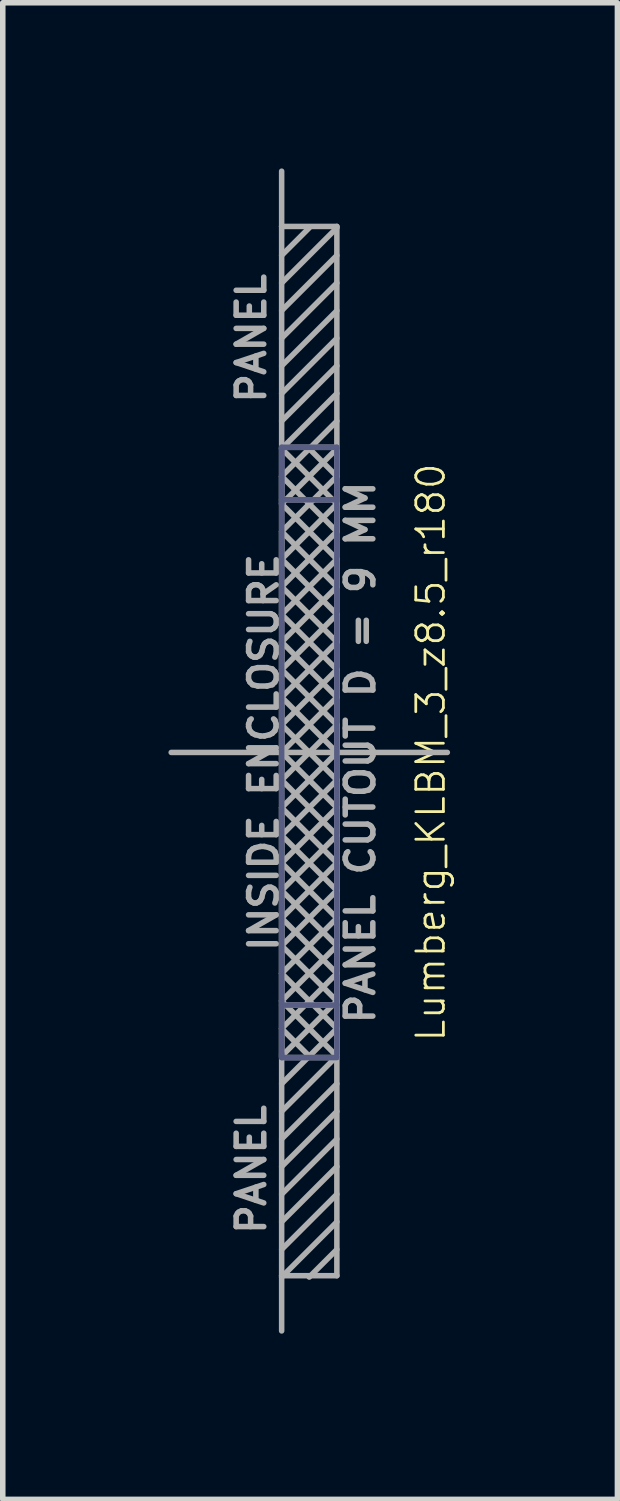
<source format=kicad_pcb>
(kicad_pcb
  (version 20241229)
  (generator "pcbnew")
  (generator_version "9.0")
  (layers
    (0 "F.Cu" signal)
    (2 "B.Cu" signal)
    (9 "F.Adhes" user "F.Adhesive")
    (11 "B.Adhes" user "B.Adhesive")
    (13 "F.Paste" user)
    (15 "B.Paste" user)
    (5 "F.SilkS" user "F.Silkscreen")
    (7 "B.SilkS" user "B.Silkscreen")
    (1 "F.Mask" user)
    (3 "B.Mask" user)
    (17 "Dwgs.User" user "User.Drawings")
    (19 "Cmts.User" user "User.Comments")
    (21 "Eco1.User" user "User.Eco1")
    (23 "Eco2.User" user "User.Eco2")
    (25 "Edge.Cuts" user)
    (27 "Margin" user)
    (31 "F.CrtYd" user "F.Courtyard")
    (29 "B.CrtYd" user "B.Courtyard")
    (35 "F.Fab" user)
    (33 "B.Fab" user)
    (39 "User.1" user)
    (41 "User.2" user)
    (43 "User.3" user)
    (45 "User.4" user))
  (footprint "Lumberg_KLBM_3_z8.5_r180"
    (layer "F.Cu")
    (at 2.05 10.575)
    (property "Reference" "Lumberg_KLBM_3_z8.5_r180" (at 2.7 0 90) (layer "F.SilkS") (effects (font (size 0.5 0.5) (thickness 0.05))))
    (attr through_hole)
    (fp_line (start 0 -5.525) (end 0 -5.5) (stroke (width 0.1) (type solid)) (layer "B.Fab"))
    (fp_line (start 0 -5.5) (end 0 -4.5) (stroke (width 0.1) (type solid)) (layer "B.Fab"))
    (fp_line (start 0 -4.575) (end 1 -4.575) (stroke (width 0.1) (type solid)) (layer "B.Fab"))
    (fp_line (start 0 4.5) (end 0 -5.5) (stroke (width 0.1) (type solid)) (layer "B.Fab"))
    (fp_line (start 0 4.575) (end 1 4.575) (stroke (width 0.1) (type solid)) (layer "B.Fab"))
    (fp_line (start 0 5.5) (end 0 4.5) (stroke (width 0.1) (type solid)) (layer "B.Fab"))
    (fp_line (start 0 5.525) (end 0 5.45) (stroke (width 0.1) (type solid)) (layer "B.Fab"))
    (fp_line (start 1 -5.525) (end 0 -5.525) (stroke (width 0.1) (type solid)) (layer "B.Fab"))
    (fp_line (start 1 -5.5) (end 1 -5.525) (stroke (width 0.1) (type solid)) (layer "B.Fab"))
    (fp_line (start 1 -5.5) (end 1 5.5) (stroke (width 0.1) (type solid)) (layer "B.Fab"))
    (fp_line (start 1 5.525) (end 0 5.525) (stroke (width 0.1) (type solid)) (layer "B.Fab"))
    (fp_line (start -2 0) (end 3 0) (stroke (width 0.1) (type solid)) (layer "F.Fab"))
    (fp_line (start 0 -9.525) (end 0 -10.525) (stroke (width 0.1) (type solid)) (layer "F.Fab"))
    (fp_line (start 0 -9.525) (end 1 -9.525) (stroke (width 0.1) (type solid)) (layer "F.Fab"))
    (fp_line (start 0 -9) (end 0.5 -9.5) (stroke (width 0.1) (type solid)) (layer "F.Fab"))
    (fp_line (start 0 -6.5) (end 1 -7.5) (stroke (width 0.1) (type solid)) (layer "F.Fab"))
    (fp_line (start 0 -5.525) (end 1 -5.525) (stroke (width 0.1) (type solid)) (layer "F.Fab"))
    (fp_line (start 0 -5.5) (end 1 -6.5) (stroke (width 0.1) (type solid)) (layer "F.Fab"))
    (fp_line (start 0 -5.5) (end 1 -4.5) (stroke (width 0.1) (type solid)) (layer "F.Fab"))
    (fp_line (start 0 -5) (end 0.5 -5.5) (stroke (width 0.1) (type solid)) (layer "F.Fab"))
    (fp_line (start 0 -5) (end 1 -4) (stroke (width 0.1) (type solid)) (layer "F.Fab"))
    (fp_line (start 0 -4.575) (end 1 -4.575) (stroke (width 0.1) (type solid)) (layer "F.Fab"))
    (fp_line (start 0 -4.5) (end 0 -5) (stroke (width 0.1) (type solid)) (layer "F.Fab"))
    (fp_line (start 0 -4.5) (end 1 -3.5) (stroke (width 0.1) (type solid)) (layer "F.Fab"))
    (fp_line (start 0 -4) (end 1 -5) (stroke (width 0.1) (type solid)) (layer "F.Fab"))
    (fp_line (start 0 -4) (end 1 -3) (stroke (width 0.1) (type solid)) (layer "F.Fab"))
    (fp_line (start 0 -3.5) (end 0 -4) (stroke (width 0.1) (type solid)) (layer "F.Fab"))
    (fp_line (start 0 -3.5) (end 1 -2.5) (stroke (width 0.1) (type solid)) (layer "F.Fab"))
    (fp_line (start 0 -3) (end 1 -4) (stroke (width 0.1) (type solid)) (layer "F.Fab"))
    (fp_line (start 0 -3) (end 1 -2) (stroke (width 0.1) (type solid)) (layer "F.Fab"))
    (fp_line (start 0 -2.5) (end 0 -3) (stroke (width 0.1) (type solid)) (layer "F.Fab"))
    (fp_line (start 0 -2) (end 1 -3) (stroke (width 0.1) (type solid)) (layer "F.Fab"))
    (fp_line (start 0 -2) (end 1 -1) (stroke (width 0.1) (type solid)) (layer "F.Fab"))
    (fp_line (start 0 -1.5) (end 0 -2) (stroke (width 0.1) (type solid)) (layer "F.Fab"))
    (fp_line (start 0 -1.5) (end 1 -0.5) (stroke (width 0.1) (type solid)) (layer "F.Fab"))
    (fp_line (start 0 -1) (end 1 -2) (stroke (width 0.1) (type solid)) (layer "F.Fab"))
    (fp_line (start 0 -0.5) (end 0 -1) (stroke (width 0.1) (type solid)) (layer "F.Fab"))
    (fp_line (start 0 -0.5) (end 0 0) (stroke (width 0.1) (type solid)) (layer "F.Fab"))
    (fp_line (start 0 0) (end 1 -1) (stroke (width 0.1) (type solid)) (layer "F.Fab"))
    (fp_line (start 0 0) (end 1 1) (stroke (width 0.1) (type solid)) (layer "F.Fab"))
    (fp_line (start 0 0.5) (end 0 0) (stroke (width 0.1) (type solid)) (layer "F.Fab"))
    (fp_line (start 0 1) (end 1 0) (stroke (width 0.1) (type solid)) (layer "F.Fab"))
    (fp_line (start 0 1) (end 1 2) (stroke (width 0.1) (type solid)) (layer "F.Fab"))
    (fp_line (start 0 1.5) (end 0 1) (stroke (width 0.1) (type solid)) (layer "F.Fab"))
    (fp_line (start 0 1.5) (end 0 2) (stroke (width 0.1) (type solid)) (layer "F.Fab"))
    (fp_line (start 0 2) (end 1 1) (stroke (width 0.1) (type solid)) (layer "F.Fab"))
    (fp_line (start 0 2) (end 1 3) (stroke (width 0.1) (type solid)) (layer "F.Fab"))
    (fp_line (start 0 2.5) (end 0 2) (stroke (width 0.1) (type solid)) (layer "F.Fab"))
    (fp_line (start 0 2.5) (end 0 3) (stroke (width 0.1) (type solid)) (layer "F.Fab"))
    (fp_line (start 0 3) (end 1 2) (stroke (width 0.1) (type solid)) (layer "F.Fab"))
    (fp_line (start 0 3) (end 1 4) (stroke (width 0.1) (type solid)) (layer "F.Fab"))
    (fp_line (start 0 3.5) (end 0 3) (stroke (width 0.1) (type solid)) (layer "F.Fab"))
    (fp_line (start 0 3.5) (end 0 4) (stroke (width 0.1) (type solid)) (layer "F.Fab"))
    (fp_line (start 0 4) (end 1 3) (stroke (width 0.1) (type solid)) (layer "F.Fab"))
    (fp_line (start 0 4) (end 1 5) (stroke (width 0.1) (type solid)) (layer "F.Fab"))
    (fp_line (start 0 4.5) (end 0 4) (stroke (width 0.1) (type solid)) (layer "F.Fab"))
    (fp_line (start 0 4.5) (end 0 5) (stroke (width 0.1) (type solid)) (layer "F.Fab"))
    (fp_line (start 0 4.575) (end 1 4.575) (stroke (width 0.1) (type solid)) (layer "F.Fab"))
    (fp_line (start 0 5) (end 0.5 5.5) (stroke (width 0.1) (type solid)) (layer "F.Fab"))
    (fp_line (start 0 5) (end 1 4) (stroke (width 0.1) (type solid)) (layer "F.Fab"))
    (fp_line (start 0 5.5) (end 0 5) (stroke (width 0.1) (type solid)) (layer "F.Fab"))
    (fp_line (start 0 5.525) (end 1 5.525) (stroke (width 0.1) (type solid)) (layer "F.Fab"))
    (fp_line (start 0 7) (end 1 6) (stroke (width 0.1) (type solid)) (layer "F.Fab"))
    (fp_line (start 0 8) (end 1 7) (stroke (width 0.1) (type solid)) (layer "F.Fab"))
    (fp_line (start 0 9) (end 1 8) (stroke (width 0.1) (type solid)) (layer "F.Fab"))
    (fp_line (start 0 9.475) (end 0 -9.525) (stroke (width 0.1) (type solid)) (layer "F.Fab"))
    (fp_line (start 0 9.475) (end 0 10.475) (stroke (width 0.1) (type solid)) (layer "F.Fab"))
    (fp_line (start 0.5 -5.5) (end 1 -5) (stroke (width 0.1) (type solid)) (layer "F.Fab"))
    (fp_line (start 0.5 5.5) (end 0 6) (stroke (width 0.1) (type solid)) (layer "F.Fab"))
    (fp_line (start 0.5 5.5) (end 1 5) (stroke (width 0.1) (type solid)) (layer "F.Fab"))
    (fp_line (start 0.5 9.5) (end 1 9) (stroke (width 0.1) (type solid)) (layer "F.Fab"))
    (fp_line (start 1 -9.525) (end 1 9.475) (stroke (width 0.1) (type solid)) (layer "F.Fab"))
    (fp_line (start 1 -9.5) (end 0 -8.5) (stroke (width 0.1) (type solid)) (layer "F.Fab"))
    (fp_line (start 1 -9) (end 0 -8) (stroke (width 0.1) (type solid)) (layer "F.Fab"))
    (fp_line (start 1 -8.5) (end 0 -7.5) (stroke (width 0.1) (type solid)) (layer "F.Fab"))
    (fp_line (start 1 -8) (end 0 -7) (stroke (width 0.1) (type solid)) (layer "F.Fab"))
    (fp_line (start 1 -7) (end 0 -6) (stroke (width 0.1) (type solid)) (layer "F.Fab"))
    (fp_line (start 1 -6) (end 0.5 -5.5) (stroke (width 0.1) (type solid)) (layer "F.Fab"))
    (fp_line (start 1 -5.5) (end 0 -4.5) (stroke (width 0.1) (type solid)) (layer "F.Fab"))
    (fp_line (start 1 -5) (end 1 -5.5) (stroke (width 0.1) (type solid)) (layer "F.Fab"))
    (fp_line (start 1 -4.5) (end 0 -3.5) (stroke (width 0.1) (type solid)) (layer "F.Fab"))
    (fp_line (start 1 -4) (end 1 -4.5) (stroke (width 0.1) (type solid)) (layer "F.Fab"))
    (fp_line (start 1 -3.5) (end 0 -2.5) (stroke (width 0.1) (type solid)) (layer "F.Fab"))
    (fp_line (start 1 -3) (end 1 -3.5) (stroke (width 0.1) (type solid)) (layer "F.Fab"))
    (fp_line (start 1 -2.5) (end 0 -1.5) (stroke (width 0.1) (type solid)) (layer "F.Fab"))
    (fp_line (start 1 -2) (end 1 -2.5) (stroke (width 0.1) (type solid)) (layer "F.Fab"))
    (fp_line (start 1 -1.5) (end 0 -2.5) (stroke (width 0.1) (type solid)) (layer "F.Fab"))
    (fp_line (start 1 -1.5) (end 0 -0.5) (stroke (width 0.1) (type solid)) (layer "F.Fab"))
    (fp_line (start 1 -1) (end 1 -1.5) (stroke (width 0.1) (type solid)) (layer "F.Fab"))
    (fp_line (start 1 -0.5) (end 0 0.5) (stroke (width 0.1) (type solid)) (layer "F.Fab"))
    (fp_line (start 1 -0.5) (end 1 0) (stroke (width 0.1) (type solid)) (layer "F.Fab"))
    (fp_line (start 1 0) (end 0 -1) (stroke (width 0.1) (type solid)) (layer "F.Fab"))
    (fp_line (start 1 0) (end 1 -0.5) (stroke (width 0.1) (type solid)) (layer "F.Fab"))
    (fp_line (start 1 0.5) (end 0 -0.5) (stroke (width 0.1) (type solid)) (layer "F.Fab"))
    (fp_line (start 1 0.5) (end 0 1.5) (stroke (width 0.1) (type solid)) (layer "F.Fab"))
    (fp_line (start 1 1) (end 1 0.5) (stroke (width 0.1) (type solid)) (layer "F.Fab"))
    (fp_line (start 1 1) (end 1 1.5) (stroke (width 0.1) (type solid)) (layer "F.Fab"))
    (fp_line (start 1 1.5) (end 0 0.5) (stroke (width 0.1) (type solid)) (layer "F.Fab"))
    (fp_line (start 1 1.5) (end 0 2.5) (stroke (width 0.1) (type solid)) (layer "F.Fab"))
    (fp_line (start 1 2) (end 1 1.5) (stroke (width 0.1) (type solid)) (layer "F.Fab"))
    (fp_line (start 1 2) (end 1 2.5) (stroke (width 0.1) (type solid)) (layer "F.Fab"))
    (fp_line (start 1 2.5) (end 0 1.5) (stroke (width 0.1) (type solid)) (layer "F.Fab"))
    (fp_line (start 1 2.5) (end 0 3.5) (stroke (width 0.1) (type solid)) (layer "F.Fab"))
    (fp_line (start 1 3) (end 1 2.5) (stroke (width 0.1) (type solid)) (layer "F.Fab"))
    (fp_line (start 1 3) (end 1 3.5) (stroke (width 0.1) (type solid)) (layer "F.Fab"))
    (fp_line (start 1 3.5) (end 0 2.5) (stroke (width 0.1) (type solid)) (layer "F.Fab"))
    (fp_line (start 1 3.5) (end 0 4.5) (stroke (width 0.1) (type solid)) (layer "F.Fab"))
    (fp_line (start 1 4) (end 1 3.5) (stroke (width 0.1) (type solid)) (layer "F.Fab"))
    (fp_line (start 1 4) (end 1 4.5) (stroke (width 0.1) (type solid)) (layer "F.Fab"))
    (fp_line (start 1 4.5) (end 0 3.5) (stroke (width 0.1) (type solid)) (layer "F.Fab"))
    (fp_line (start 1 4.5) (end 0 5.5) (stroke (width 0.1) (type solid)) (layer "F.Fab"))
    (fp_line (start 1 5) (end 1 4.5) (stroke (width 0.1) (type solid)) (layer "F.Fab"))
    (fp_line (start 1 5) (end 1 5.5) (stroke (width 0.1) (type solid)) (layer "F.Fab"))
    (fp_line (start 1 5.5) (end 0 4.5) (stroke (width 0.1) (type solid)) (layer "F.Fab"))
    (fp_line (start 1 5.5) (end 0 6.5) (stroke (width 0.1) (type solid)) (layer "F.Fab"))
    (fp_line (start 1 6.5) (end 0 7.5) (stroke (width 0.1) (type solid)) (layer "F.Fab"))
    (fp_line (start 1 7.5) (end 0 8.5) (stroke (width 0.1) (type solid)) (layer "F.Fab"))
    (fp_line (start 1 8.5) (end 0 9.5) (stroke (width 0.1) (type solid)) (layer "F.Fab"))
    (fp_line (start 1 9.475) (end 0 9.475) (stroke (width 0.1) (type solid)) (layer "F.Fab"))
    (fp_text user "PANEL" (at -0.55 -7.5 90) (layer "F.Fab") (effects (font (size 0.5 0.5) (thickness 0.1))))
    (fp_text user "PANEL CUTOUT D = 9 MM" (at 1.425 0 90) (layer "F.Fab") (effects (font (size 0.5 0.5) (thickness 0.1))))
    (fp_text user "INSIDE ENCLOSURE" (at -0.325 0 90) (layer "F.Fab") (effects (font (size 0.5 0.5) (thickness 0.1))))
    (fp_text user "PANEL" (at -0.55 7.55 90) (layer "F.Fab") (effects (font (size 0.5 0.5) (thickness 0.1)))))
  (gr_rect
    (start -3 -3)
    (end 8.13 24.1)
    (stroke (width 0.1) (type default))
    (fill no)
    (layer "Edge.Cuts")))
</source>
